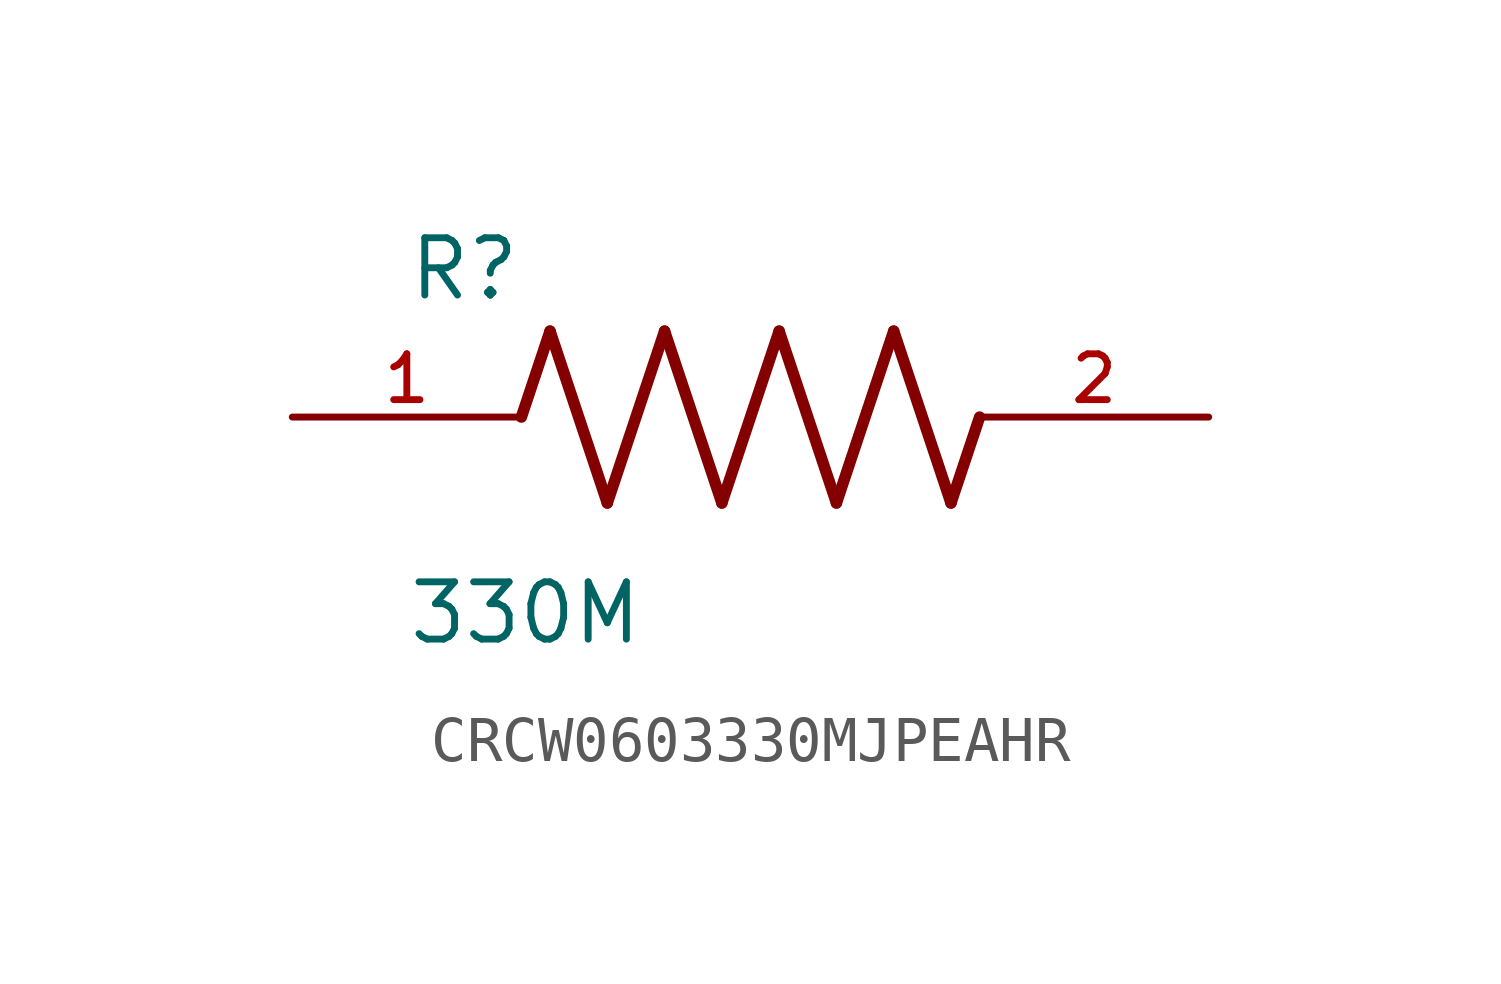
<source format=kicad_sym>
(kicad_symbol_lib
  (version 20241209)
  (generator "kicad_symbol_editor")
  (generator_version "9.0")
  (symbol "CRCW0603330MJPEAHR"
    (pin_names
      (offset 1.016))
    (property "Reference" "R"
      (at -7.624 2.542 0)
      (effects (font (size 1.27 1.27)) (justify left bottom)))
    (property "Value" "330M"
      (at -7.63 -5.087 0)
      (effects (font (size 1.27 1.27)) (justify left bottom)))
    (symbol "CRCW0603330MJPEAHR_0_0"
      (polyline (pts (xy -5.08 0) (xy -4.445 1.905)) (stroke (width 0.254) (type default)) (fill (type none)))
      (polyline (pts (xy -4.445 1.905) (xy -3.175 -1.905)) (stroke (width 0.254) (type default)) (fill (type none)))
      (polyline (pts (xy -3.175 -1.905) (xy -1.905 1.905)) (stroke (width 0.254) (type default)) (fill (type none)))
      (polyline (pts (xy -1.905 1.905) (xy -0.635 -1.905)) (stroke (width 0.254) (type default)) (fill (type none)))
      (polyline (pts (xy -0.635 -1.905) (xy 0.635 1.905)) (stroke (width 0.254) (type default)) (fill (type none)))
      (polyline (pts (xy 0.635 1.905) (xy 1.905 -1.905)) (stroke (width 0.254) (type default)) (fill (type none)))
      (polyline (pts (xy 1.905 -1.905) (xy 3.175 1.905)) (stroke (width 0.254) (type default)) (fill (type none)))
      (polyline (pts (xy 3.175 1.905) (xy 4.445 -1.905)) (stroke (width 0.254) (type default)) (fill (type none)))
      (polyline (pts (xy 4.445 -1.905) (xy 5.08 0)) (stroke (width 0.254) (type default)) (fill (type none)))
      (pin passive line (at -10.16 0 0) (length 5.08) (name "~" (effects (font (size 1.016 1.016)))) (number "1" (effects (font (size 1.016 1.016)))))
      (pin passive line (at 10.16 0 180) (length 5.08) (name "~" (effects (font (size 1.016 1.016)))) (number "2" (effects (font (size 1.016 1.016))))))))
</source>
